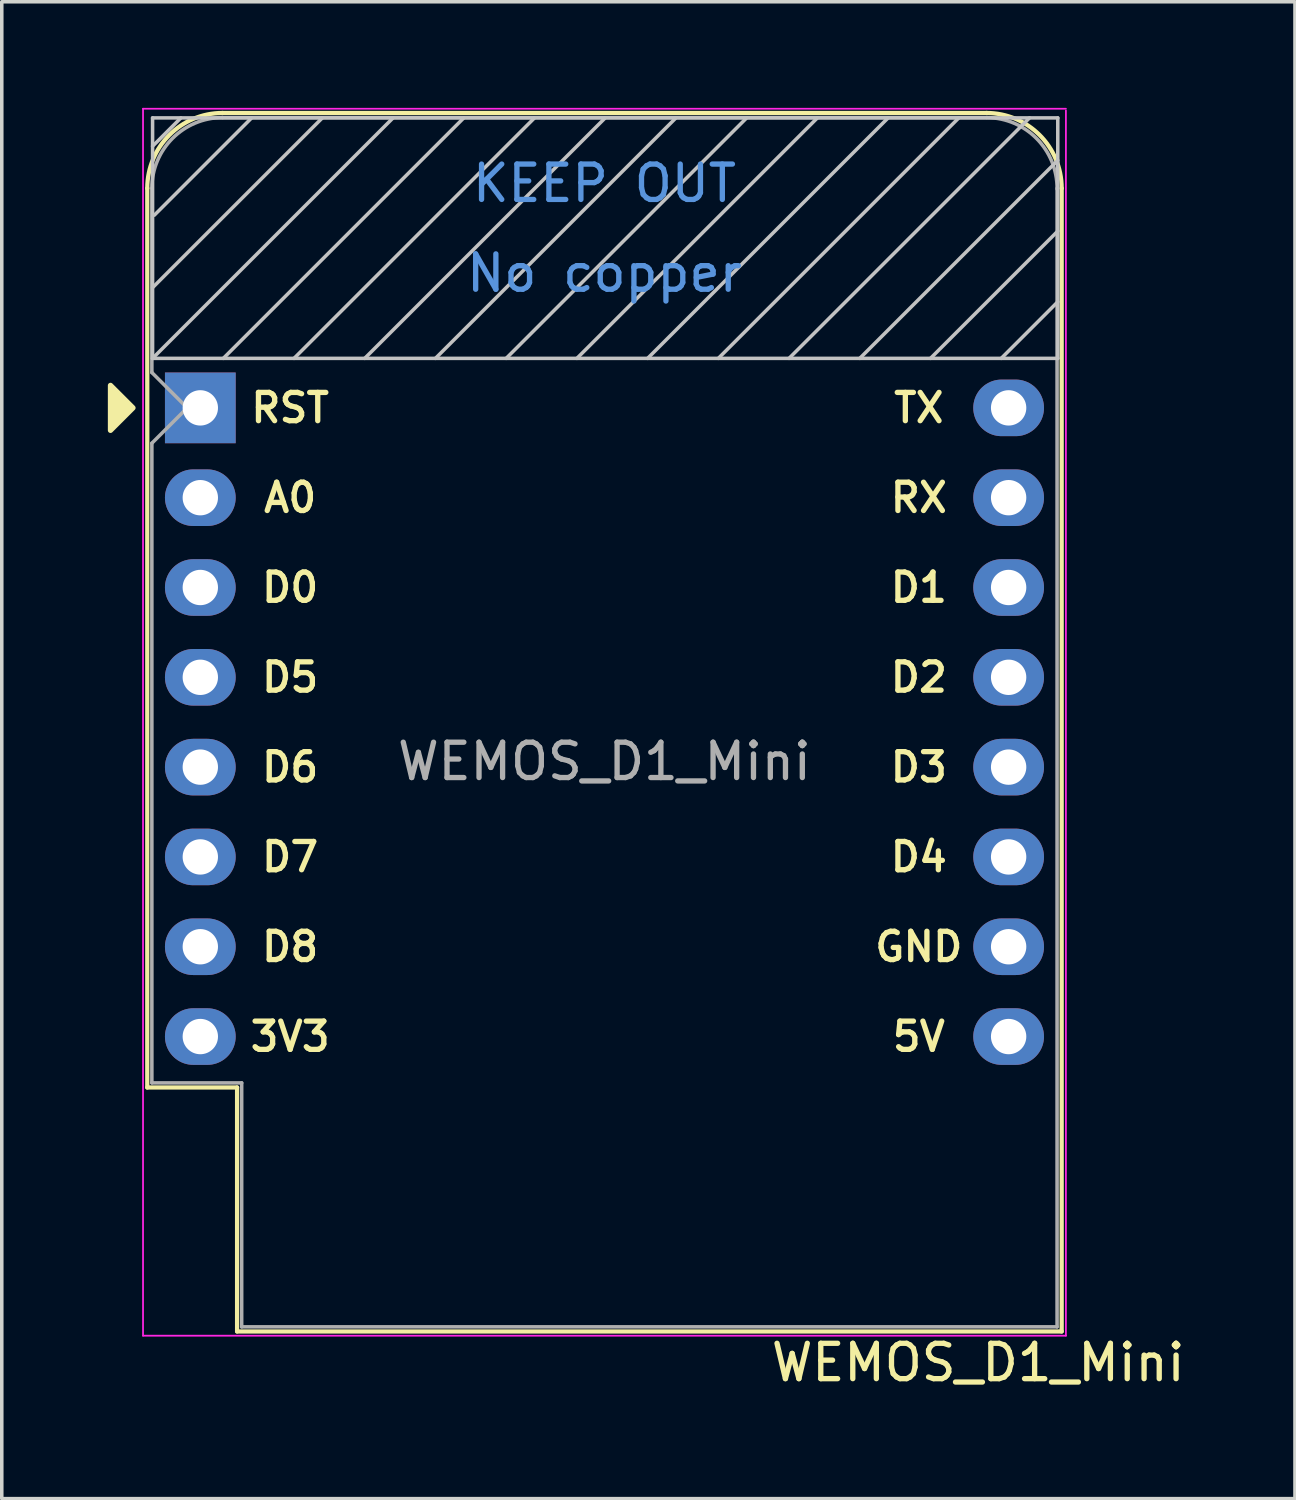
<source format=kicad_pcb>
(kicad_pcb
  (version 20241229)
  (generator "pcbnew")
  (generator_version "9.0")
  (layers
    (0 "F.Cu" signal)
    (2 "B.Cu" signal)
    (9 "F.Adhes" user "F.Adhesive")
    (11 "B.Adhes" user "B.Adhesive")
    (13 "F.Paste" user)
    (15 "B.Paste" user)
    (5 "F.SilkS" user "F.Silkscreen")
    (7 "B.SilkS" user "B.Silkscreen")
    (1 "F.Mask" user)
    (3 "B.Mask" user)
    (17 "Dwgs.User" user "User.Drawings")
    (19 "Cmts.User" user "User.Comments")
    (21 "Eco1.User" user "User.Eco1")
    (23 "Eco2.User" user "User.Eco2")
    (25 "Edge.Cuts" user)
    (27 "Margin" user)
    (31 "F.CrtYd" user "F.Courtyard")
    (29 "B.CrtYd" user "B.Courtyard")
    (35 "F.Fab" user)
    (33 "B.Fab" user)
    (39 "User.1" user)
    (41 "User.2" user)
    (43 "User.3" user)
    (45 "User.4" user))
  (footprint "WEMOS_D1_Mini"
    (layer "F.Cu")
    (at 2.615 8.485)
    (property "Reference" "WEMOS_D1_Mini" (at 22 27 0) (layer "F.SilkS") (effects (font (size 1 1) (thickness 0.15))))
    (attr through_hole)
    (fp_line (start -1.5 19.22) (end -1.5 -6.21) (stroke (width 0.12) (type solid)) (layer "F.SilkS"))
    (fp_line (start -1.5 19.22) (end 1.04 19.22) (stroke (width 0.12) (type solid)) (layer "F.SilkS"))
    (fp_line (start 1.04 19.22) (end 1.04 26.12) (stroke (width 0.12) (type solid)) (layer "F.SilkS"))
    (fp_line (start 1.04 26.12) (end 24.36 26.12) (stroke (width 0.12) (type solid)) (layer "F.SilkS"))
    (fp_line (start 22.24 -8.34) (end 0.63 -8.34) (stroke (width 0.12) (type solid)) (layer "F.SilkS"))
    (fp_line (start 24.36 26.12) (end 24.36 -6.21) (stroke (width 0.12) (type solid)) (layer "F.SilkS"))
    (fp_arc (start -1.5 -6.21) (mid -0.876137 -7.716137) (end 0.63 -8.34) (stroke (width 0.12) (type solid)) (layer "F.SilkS"))
    (fp_arc (start 22.23 -8.34) (mid 23.736137 -7.716137) (end 24.36 -6.21) (stroke (width 0.12) (type solid)) (layer "F.SilkS"))
    (fp_poly (pts (xy -2.54 -0.635) (xy -2.54 0.635) (xy -1.905 0)) (stroke (width 0.15) (type solid)) (fill yes) (layer "F.SilkS"))
    (fp_line (start -1.35 -8.2) (end -1.35 -1.4) (stroke (width 0.1) (type solid)) (layer "Dwgs.User"))
    (fp_line (start -1.35 -7.4) (end -0.55 -8.2) (stroke (width 0.1) (type solid)) (layer "Dwgs.User"))
    (fp_line (start -1.35 -3.4) (end 3.45 -8.2) (stroke (width 0.1) (type solid)) (layer "Dwgs.User"))
    (fp_line (start -1.35 -1.4) (end 5.45 -8.2) (stroke (width 0.1) (type solid)) (layer "Dwgs.User"))
    (fp_line (start -1.35 -1.4) (end 24.25 -1.4) (stroke (width 0.1) (type solid)) (layer "Dwgs.User"))
    (fp_line (start -1.3 -5.45) (end 1.45 -8.2) (stroke (width 0.1) (type solid)) (layer "Dwgs.User"))
    (fp_line (start 0.65 -1.4) (end 7.45 -8.2) (stroke (width 0.1) (type solid)) (layer "Dwgs.User"))
    (fp_line (start 2.65 -1.4) (end 9.45 -8.2) (stroke (width 0.1) (type solid)) (layer "Dwgs.User"))
    (fp_line (start 4.65 -1.4) (end 11.45 -8.2) (stroke (width 0.1) (type solid)) (layer "Dwgs.User"))
    (fp_line (start 6.65 -1.4) (end 13.45 -8.2) (stroke (width 0.1) (type solid)) (layer "Dwgs.User"))
    (fp_line (start 8.65 -1.4) (end 15.45 -8.2) (stroke (width 0.1) (type solid)) (layer "Dwgs.User"))
    (fp_line (start 10.65 -1.4) (end 17.45 -8.2) (stroke (width 0.1) (type solid)) (layer "Dwgs.User"))
    (fp_line (start 12.65 -1.4) (end 19.45 -8.2) (stroke (width 0.1) (type solid)) (layer "Dwgs.User"))
    (fp_line (start 14.65 -1.4) (end 21.45 -8.2) (stroke (width 0.1) (type solid)) (layer "Dwgs.User"))
    (fp_line (start 16.65 -1.4) (end 23.45 -8.2) (stroke (width 0.1) (type solid)) (layer "Dwgs.User"))
    (fp_line (start 18.65 -1.4) (end 24.25 -7) (stroke (width 0.1) (type solid)) (layer "Dwgs.User"))
    (fp_line (start 20.65 -1.4) (end 24.25 -5) (stroke (width 0.1) (type solid)) (layer "Dwgs.User"))
    (fp_line (start 22.65 -1.4) (end 24.25 -3) (stroke (width 0.1) (type solid)) (layer "Dwgs.User"))
    (fp_line (start 24.25 -8.2) (end -1.35 -8.2) (stroke (width 0.1) (type solid)) (layer "Dwgs.User"))
    (fp_line (start 24.25 -1.4) (end 24.25 -8.2) (stroke (width 0.1) (type solid)) (layer "Dwgs.User"))
    (fp_line (start -1.62 -8.46) (end 24.48 -8.46) (stroke (width 0.05) (type solid)) (layer "F.CrtYd"))
    (fp_line (start -1.62 26.24) (end -1.62 -8.46) (stroke (width 0.05) (type solid)) (layer "F.CrtYd"))
    (fp_line (start 24.48 -8.41) (end 24.48 26.24) (stroke (width 0.05) (type solid)) (layer "F.CrtYd"))
    (fp_line (start 24.48 26.24) (end -1.62 26.24) (stroke (width 0.05) (type solid)) (layer "F.CrtYd"))
    (fp_line (start -1.37 -6.21) (end -1.37 -1) (stroke (width 0.1) (type solid)) (layer "F.Fab"))
    (fp_line (start -1.37 1) (end -1.37 19.09) (stroke (width 0.1) (type solid)) (layer "F.Fab"))
    (fp_line (start -1.37 1) (end -0.37 0) (stroke (width 0.1) (type solid)) (layer "F.Fab"))
    (fp_line (start -1.37 19.09) (end 1.17 19.09) (stroke (width 0.1) (type solid)) (layer "F.Fab"))
    (fp_line (start -0.37 0) (end -1.37 -1) (stroke (width 0.1) (type solid)) (layer "F.Fab"))
    (fp_line (start 1.17 19.09) (end 1.17 25.99) (stroke (width 0.1) (type solid)) (layer "F.Fab"))
    (fp_line (start 1.17 25.99) (end 24.23 25.99) (stroke (width 0.1) (type solid)) (layer "F.Fab"))
    (fp_line (start 22.23 -8.21) (end 0.63 -8.21) (stroke (width 0.1) (type solid)) (layer "F.Fab"))
    (fp_line (start 24.23 25.99) (end 24.23 -6.21) (stroke (width 0.1) (type solid)) (layer "F.Fab"))
    (fp_arc (start -1.37 -6.21) (mid -0.784214 -7.624214) (end 0.63 -8.21) (stroke (width 0.1) (type solid)) (layer "F.Fab"))
    (fp_arc (start 22.25 -8.21) (mid 23.658356 -7.610071) (end 24.23 -6.19) (stroke (width 0.1) (type solid)) (layer "F.Fab"))
    (fp_text user "D1" (at 20.32 5.08 0) (layer "F.SilkS") (effects (font (size 0.8 0.8) (thickness 0.15))))
    (fp_text user "3V3" (at 2.54 17.78 0) (layer "F.SilkS") (effects (font (size 0.8 0.8) (thickness 0.15))))
    (fp_text user "D8" (at 2.54 15.24 0) (layer "F.SilkS") (effects (font (size 0.8 0.8) (thickness 0.15))))
    (fp_text user "D4" (at 20.32 12.7 0) (layer "F.SilkS") (effects (font (size 0.8 0.8) (thickness 0.15))))
    (fp_text user "D2" (at 20.32 7.62 0) (layer "F.SilkS") (effects (font (size 0.8 0.8) (thickness 0.15))))
    (fp_text user "RX" (at 20.32 2.54 0) (layer "F.SilkS") (effects (font (size 0.8 0.8) (thickness 0.15))))
    (fp_text user "D5" (at 2.54 7.62 0) (layer "F.SilkS") (effects (font (size 0.8 0.8) (thickness 0.15))))
    (fp_text user "D3" (at 20.32 10.16 0) (layer "F.SilkS") (effects (font (size 0.8 0.8) (thickness 0.15))))
    (fp_text user "D0" (at 2.54 5.08 0) (layer "F.SilkS") (effects (font (size 0.8 0.8) (thickness 0.15))))
    (fp_text user "GND" (at 20.32 15.24 0) (layer "F.SilkS") (effects (font (size 0.8 0.8) (thickness 0.15))))
    (fp_text user "RST" (at 2.54 0 0) (layer "F.SilkS") (effects (font (size 0.8 0.8) (thickness 0.15))))
    (fp_text user "5V" (at 20.32 17.78 0) (layer "F.SilkS") (effects (font (size 0.8 0.8) (thickness 0.15))))
    (fp_text user "D7" (at 2.54 12.7 0) (layer "F.SilkS") (effects (font (size 0.8 0.8) (thickness 0.15))))
    (fp_text user "A0" (at 2.54 2.54 0) (layer "F.SilkS") (effects (font (size 0.8 0.8) (thickness 0.15))))
    (fp_text user "D6" (at 2.54 10.16 0) (layer "F.SilkS") (effects (font (size 0.8 0.8) (thickness 0.15))))
    (fp_text user "TX" (at 20.32 0 0) (layer "F.SilkS") (effects (font (size 0.8 0.8) (thickness 0.15))))
    (fp_text user "KEEP OUT" (at 11.43 -6.35 0) (layer "Cmts.User") (effects (font (size 1 1) (thickness 0.15))))
    (fp_text user "No copper" (at 11.43 -3.81 0) (layer "Cmts.User") (effects (font (size 1 1) (thickness 0.15))))
    (fp_text user "${REFERENCE}" (at 11.43 10 0) (layer "F.Fab") (effects (font (size 1 1) (thickness 0.15))))
    (pad "1" thru_hole rect (at 0 0) (size 2 2) (drill 1) (layers "*.Cu" "*.Mask"))
    (pad "2" thru_hole oval (at 0 2.54) (size 2 1.6) (drill 1) (layers "*.Cu" "*.Mask"))
    (pad "3" thru_hole oval (at 0 5.08) (size 2 1.6) (drill 1) (layers "*.Cu" "*.Mask"))
    (pad "4" thru_hole oval (at 0 7.62) (size 2 1.6) (drill 1) (layers "*.Cu" "*.Mask"))
    (pad "5" thru_hole oval (at 0 10.16) (size 2 1.6) (drill 1) (layers "*.Cu" "*.Mask"))
    (pad "6" thru_hole oval (at 0 12.7) (size 2 1.6) (drill 1) (layers "*.Cu" "*.Mask"))
    (pad "7" thru_hole oval (at 0 15.24) (size 2 1.6) (drill 1) (layers "*.Cu" "*.Mask"))
    (pad "8" thru_hole oval (at 0 17.78) (size 2 1.6) (drill 1) (layers "*.Cu" "*.Mask"))
    (pad "9" thru_hole oval (at 22.86 17.78) (size 2 1.6) (drill 1) (layers "*.Cu" "*.Mask"))
    (pad "10" thru_hole oval (at 22.86 15.24) (size 2 1.6) (drill 1) (layers "*.Cu" "*.Mask"))
    (pad "11" thru_hole oval (at 22.86 12.7) (size 2 1.6) (drill 1) (layers "*.Cu" "*.Mask"))
    (pad "12" thru_hole oval (at 22.86 10.16) (size 2 1.6) (drill 1) (layers "*.Cu" "*.Mask"))
    (pad "13" thru_hole oval (at 22.86 7.62) (size 2 1.6) (drill 1) (layers "*.Cu" "*.Mask"))
    (pad "14" thru_hole oval (at 22.86 5.08) (size 2 1.6) (drill 1) (layers "*.Cu" "*.Mask"))
    (pad "15" thru_hole oval (at 22.86 2.54) (size 2 1.6) (drill 1) (layers "*.Cu" "*.Mask"))
    (pad "16" thru_hole oval (at 22.86 0) (size 2 1.6) (drill 1) (layers "*.Cu" "*.Mask")))
  (gr_rect
    (start -3 -3)
    (end 33.573 39.333)
    (stroke (width 0.1) (type default))
    (fill no)
    (layer "Edge.Cuts")))
</source>
